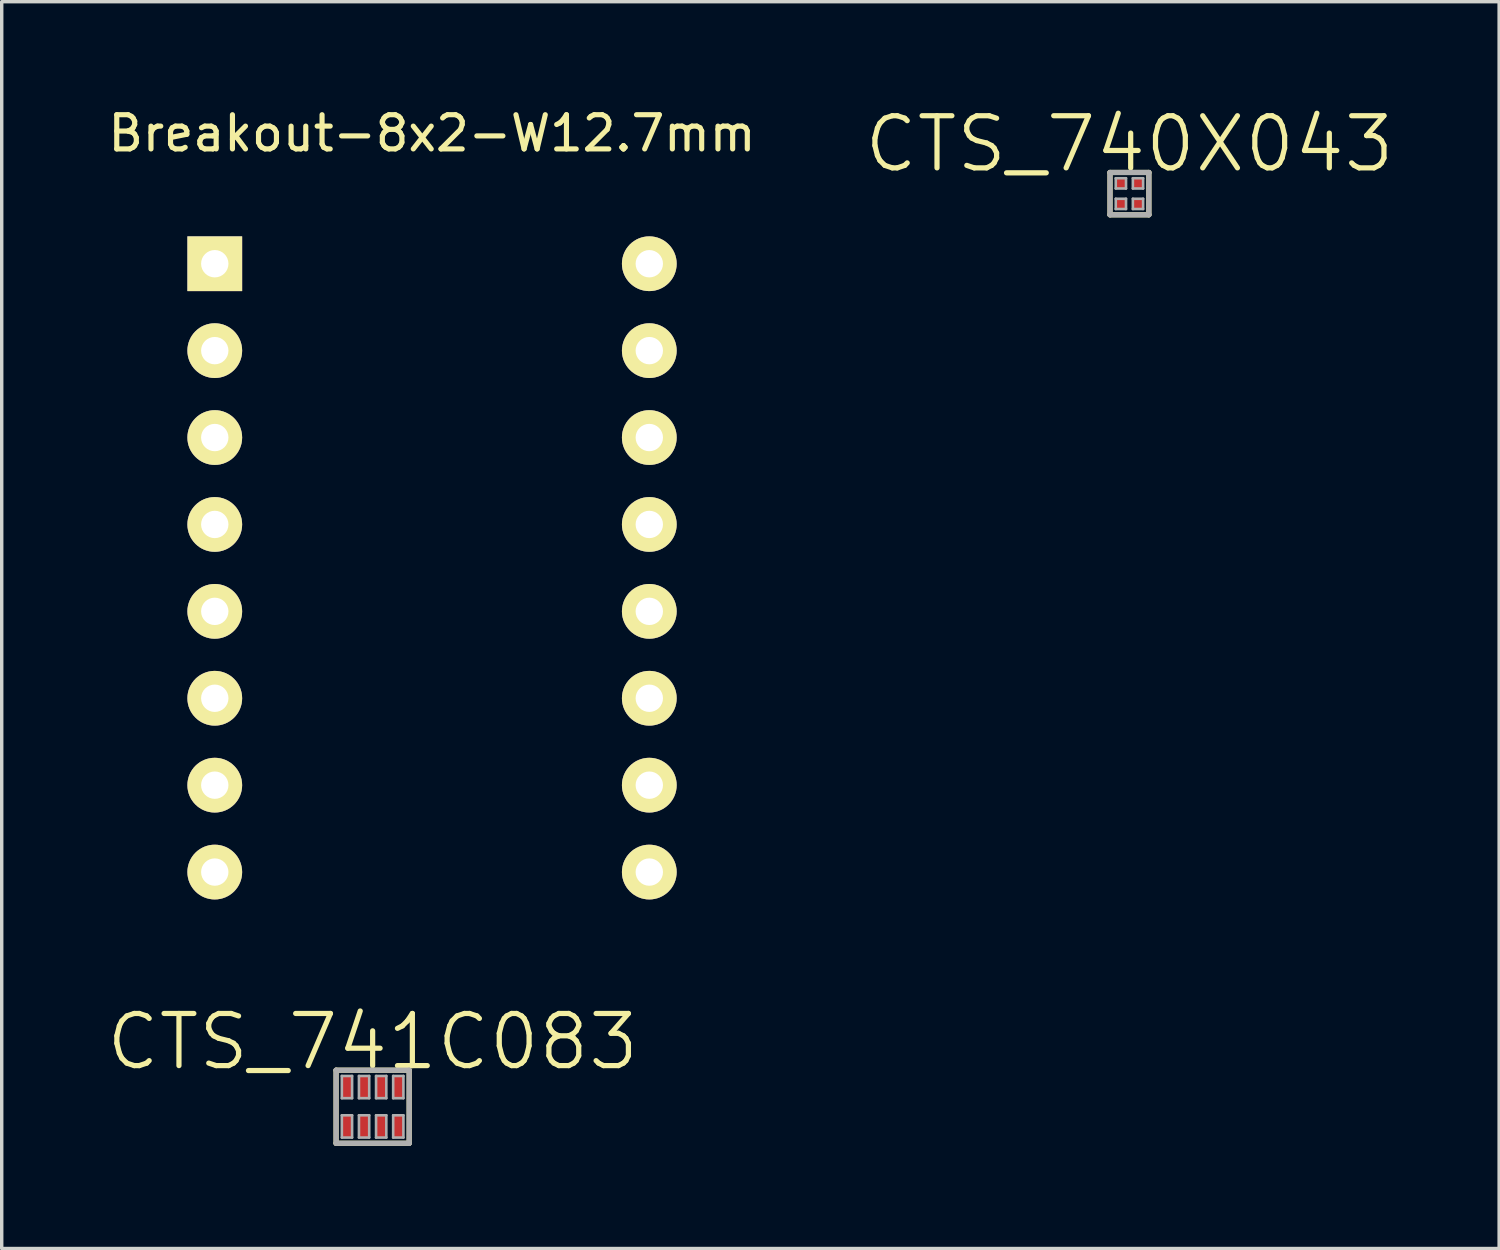
<source format=kicad_pcb>
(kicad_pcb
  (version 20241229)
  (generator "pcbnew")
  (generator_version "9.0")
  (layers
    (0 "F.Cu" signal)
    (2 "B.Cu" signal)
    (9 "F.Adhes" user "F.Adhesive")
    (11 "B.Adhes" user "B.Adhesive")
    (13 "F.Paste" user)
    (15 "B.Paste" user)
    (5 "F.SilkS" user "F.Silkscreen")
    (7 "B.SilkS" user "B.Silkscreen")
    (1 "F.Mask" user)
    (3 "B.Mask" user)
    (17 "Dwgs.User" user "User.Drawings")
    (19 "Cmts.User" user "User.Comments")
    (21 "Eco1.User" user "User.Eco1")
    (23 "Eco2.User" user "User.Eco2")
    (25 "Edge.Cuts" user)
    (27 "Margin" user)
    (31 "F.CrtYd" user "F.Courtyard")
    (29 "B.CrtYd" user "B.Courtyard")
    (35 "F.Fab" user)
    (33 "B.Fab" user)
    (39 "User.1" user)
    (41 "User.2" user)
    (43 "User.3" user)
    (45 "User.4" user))
  (footprint "CTS_741C083"
    (layer "F.Cu")
    (at 7.841 29.297)
    (property "Reference" "CTS_741C083" (at 0 -1.9 0) (layer "F.SilkS") (effects (font (size 1.524 1.524) (thickness 0.152))))
    (attr smd)
    (fp_line (start -1.068 -1.068) (end -1.068 1.068) (stroke (width 0.152) (type solid)) (layer "F.SilkS"))
    (fp_line (start -1.068 -1.068) (end 1.068 -1.068) (stroke (width 0.152) (type solid)) (layer "F.SilkS"))
    (fp_line (start 1.068 1.068) (end -1.068 1.068) (stroke (width 0.152) (type solid)) (layer "F.SilkS"))
    (fp_line (start 1.068 1.068) (end 1.068 -1.068) (stroke (width 0.152) (type solid)) (layer "F.SilkS"))
    (fp_line (start -1.068 -1.068) (end -1.068 1.068) (stroke (width 0.152) (type solid)) (layer "F.Fab"))
    (fp_line (start -1.068 -1.068) (end 1.068 -1.068) (stroke (width 0.152) (type solid)) (layer "F.Fab"))
    (fp_line (start -0.9 -0.9) (end -0.6 -0.9) (stroke (width 0.076) (type solid)) (layer "F.Fab"))
    (fp_line (start -0.9 -0.25) (end -0.9 -0.9) (stroke (width 0.076) (type solid)) (layer "F.Fab"))
    (fp_line (start -0.9 -0.25) (end -0.6 -0.25) (stroke (width 0.076) (type solid)) (layer "F.Fab"))
    (fp_line (start -0.9 0.25) (end -0.6 0.25) (stroke (width 0.076) (type solid)) (layer "F.Fab"))
    (fp_line (start -0.9 0.9) (end -0.9 0.25) (stroke (width 0.076) (type solid)) (layer "F.Fab"))
    (fp_line (start -0.9 0.9) (end -0.6 0.9) (stroke (width 0.076) (type solid)) (layer "F.Fab"))
    (fp_line (start -0.6 -0.25) (end -0.6 -0.9) (stroke (width 0.076) (type solid)) (layer "F.Fab"))
    (fp_line (start -0.6 0.9) (end -0.6 0.25) (stroke (width 0.076) (type solid)) (layer "F.Fab"))
    (fp_line (start -0.4 -0.9) (end -0.1 -0.9) (stroke (width 0.076) (type solid)) (layer "F.Fab"))
    (fp_line (start -0.4 -0.25) (end -0.4 -0.9) (stroke (width 0.076) (type solid)) (layer "F.Fab"))
    (fp_line (start -0.4 -0.25) (end -0.1 -0.25) (stroke (width 0.076) (type solid)) (layer "F.Fab"))
    (fp_line (start -0.4 0.25) (end -0.1 0.25) (stroke (width 0.076) (type solid)) (layer "F.Fab"))
    (fp_line (start -0.4 0.9) (end -0.4 0.25) (stroke (width 0.076) (type solid)) (layer "F.Fab"))
    (fp_line (start -0.4 0.9) (end -0.1 0.9) (stroke (width 0.076) (type solid)) (layer "F.Fab"))
    (fp_line (start -0.1 -0.25) (end -0.1 -0.9) (stroke (width 0.076) (type solid)) (layer "F.Fab"))
    (fp_line (start -0.1 0.9) (end -0.1 0.25) (stroke (width 0.076) (type solid)) (layer "F.Fab"))
    (fp_line (start 0.1 -0.9) (end 0.4 -0.9) (stroke (width 0.076) (type solid)) (layer "F.Fab"))
    (fp_line (start 0.1 -0.25) (end 0.1 -0.9) (stroke (width 0.076) (type solid)) (layer "F.Fab"))
    (fp_line (start 0.1 -0.25) (end 0.4 -0.25) (stroke (width 0.076) (type solid)) (layer "F.Fab"))
    (fp_line (start 0.1 0.25) (end 0.4 0.25) (stroke (width 0.076) (type solid)) (layer "F.Fab"))
    (fp_line (start 0.1 0.9) (end 0.1 0.25) (stroke (width 0.076) (type solid)) (layer "F.Fab"))
    (fp_line (start 0.1 0.9) (end 0.4 0.9) (stroke (width 0.076) (type solid)) (layer "F.Fab"))
    (fp_line (start 0.4 -0.25) (end 0.4 -0.9) (stroke (width 0.076) (type solid)) (layer "F.Fab"))
    (fp_line (start 0.4 0.9) (end 0.4 0.25) (stroke (width 0.076) (type solid)) (layer "F.Fab"))
    (fp_line (start 0.6 -0.9) (end 0.9 -0.9) (stroke (width 0.076) (type solid)) (layer "F.Fab"))
    (fp_line (start 0.6 -0.25) (end 0.6 -0.9) (stroke (width 0.076) (type solid)) (layer "F.Fab"))
    (fp_line (start 0.6 -0.25) (end 0.9 -0.25) (stroke (width 0.076) (type solid)) (layer "F.Fab"))
    (fp_line (start 0.6 0.25) (end 0.9 0.25) (stroke (width 0.076) (type solid)) (layer "F.Fab"))
    (fp_line (start 0.6 0.9) (end 0.6 0.25) (stroke (width 0.076) (type solid)) (layer "F.Fab"))
    (fp_line (start 0.6 0.9) (end 0.9 0.9) (stroke (width 0.076) (type solid)) (layer "F.Fab"))
    (fp_line (start 0.9 -0.25) (end 0.9 -0.9) (stroke (width 0.076) (type solid)) (layer "F.Fab"))
    (fp_line (start 0.9 0.9) (end 0.9 0.25) (stroke (width 0.076) (type solid)) (layer "F.Fab"))
    (fp_line (start 1.068 1.068) (end -1.068 1.068) (stroke (width 0.152) (type solid)) (layer "F.Fab"))
    (fp_line (start 1.068 1.068) (end 1.068 -1.068) (stroke (width 0.152) (type solid)) (layer "F.Fab"))
    (pad "1" smd rect (at -0.75 0.575) (size 0.3 0.65) (layers "F.Cu" "F.Mask" "F.Paste"))
    (pad "2" smd rect (at -0.25 0.575) (size 0.3 0.65) (layers "F.Cu" "F.Mask" "F.Paste"))
    (pad "3" smd rect (at 0.25 0.575) (size 0.3 0.65) (layers "F.Cu" "F.Mask" "F.Paste"))
    (pad "4" smd rect (at 0.75 0.575) (size 0.3 0.65) (layers "F.Cu" "F.Mask" "F.Paste"))
    (pad "5" smd rect (at 0.75 -0.575) (size 0.3 0.65) (layers "F.Cu" "F.Mask" "F.Paste"))
    (pad "6" smd rect (at 0.25 -0.575) (size 0.3 0.65) (layers "F.Cu" "F.Mask" "F.Paste"))
    (pad "7" smd rect (at -0.25 -0.575) (size 0.3 0.65) (layers "F.Cu" "F.Mask" "F.Paste"))
    (pad "8" smd rect (at -0.75 -0.575) (size 0.3 0.65) (layers "F.Cu" "F.Mask" "F.Paste")))
  (footprint "Breakout-8x2-W12.7mm"
    (layer "F.Cu")
    (at 3.227 4.658)
    (property "Reference" "Breakout-8x2-W12.7mm" (at 6.35 -3.81 0) (layer "F.SilkS") (effects (font (size 1 1) (thickness 0.15))))
    (attr through_hole)
    (pad "1" thru_hole rect (at 0 0) (size 1.6 1.6) (drill 0.8) (layers "*.Cu" "*.Mask" "F.SilkS"))
    (pad "2" thru_hole oval (at 0 2.54) (size 1.6 1.6) (drill 0.8) (layers "*.Cu" "*.Mask" "F.SilkS"))
    (pad "3" thru_hole oval (at 0 5.08) (size 1.6 1.6) (drill 0.8) (layers "*.Cu" "*.Mask" "F.SilkS"))
    (pad "4" thru_hole oval (at 0 7.62) (size 1.6 1.6) (drill 0.8) (layers "*.Cu" "*.Mask" "F.SilkS"))
    (pad "5" thru_hole oval (at 0 10.16) (size 1.6 1.6) (drill 0.8) (layers "*.Cu" "*.Mask" "F.SilkS"))
    (pad "6" thru_hole oval (at 0 12.7) (size 1.6 1.6) (drill 0.8) (layers "*.Cu" "*.Mask" "F.SilkS"))
    (pad "7" thru_hole oval (at 0 15.24) (size 1.6 1.6) (drill 0.8) (layers "*.Cu" "*.Mask" "F.SilkS"))
    (pad "8" thru_hole oval (at 0 17.78) (size 1.6 1.6) (drill 0.8) (layers "*.Cu" "*.Mask" "F.SilkS"))
    (pad "9" thru_hole oval (at 12.7 17.78) (size 1.6 1.6) (drill 0.8) (layers "*.Cu" "*.Mask" "F.SilkS"))
    (pad "10" thru_hole oval (at 12.7 15.24) (size 1.6 1.6) (drill 0.8) (layers "*.Cu" "*.Mask" "F.SilkS"))
    (pad "11" thru_hole oval (at 12.7 12.7) (size 1.6 1.6) (drill 0.8) (layers "*.Cu" "*.Mask" "F.SilkS"))
    (pad "12" thru_hole oval (at 12.7 10.16) (size 1.6 1.6) (drill 0.8) (layers "*.Cu" "*.Mask" "F.SilkS"))
    (pad "13" thru_hole oval (at 12.7 7.62) (size 1.6 1.6) (drill 0.8) (layers "*.Cu" "*.Mask" "F.SilkS"))
    (pad "14" thru_hole oval (at 12.7 5.08) (size 1.6 1.6) (drill 0.8) (layers "*.Cu" "*.Mask" "F.SilkS"))
    (pad "15" thru_hole oval (at 12.7 2.54) (size 1.6 1.6) (drill 0.8) (layers "*.Cu" "*.Mask" "F.SilkS"))
    (pad "16" thru_hole oval (at 12.7 0) (size 1.6 1.6) (drill 0.8) (layers "*.Cu" "*.Mask" "F.SilkS")))
  (footprint "CTS_740X043"
    (layer "F.Cu")
    (at 29.96 2.609)
    (property "Reference" "CTS_740X043" (at 0 -1.45 0) (layer "F.SilkS") (effects (font (size 1.524 1.524) (thickness 0.152))))
    (attr smd)
    (fp_line (start -0.568 -0.618) (end -0.568 0.618) (stroke (width 0.152) (type solid)) (layer "F.SilkS"))
    (fp_line (start -0.568 -0.618) (end 0.568 -0.618) (stroke (width 0.152) (type solid)) (layer "F.SilkS"))
    (fp_line (start 0.568 0.618) (end -0.568 0.618) (stroke (width 0.152) (type solid)) (layer "F.SilkS"))
    (fp_line (start 0.568 0.618) (end 0.568 -0.618) (stroke (width 0.152) (type solid)) (layer "F.SilkS"))
    (fp_line (start -0.568 -0.618) (end -0.568 0.618) (stroke (width 0.152) (type solid)) (layer "F.Fab"))
    (fp_line (start -0.568 -0.618) (end 0.568 -0.618) (stroke (width 0.152) (type solid)) (layer "F.Fab"))
    (fp_line (start -0.4 -0.45) (end -0.1 -0.45) (stroke (width 0.076) (type solid)) (layer "F.Fab"))
    (fp_line (start -0.4 -0.15) (end -0.4 -0.45) (stroke (width 0.076) (type solid)) (layer "F.Fab"))
    (fp_line (start -0.4 -0.15) (end -0.1 -0.15) (stroke (width 0.076) (type solid)) (layer "F.Fab"))
    (fp_line (start -0.4 0.15) (end -0.1 0.15) (stroke (width 0.076) (type solid)) (layer "F.Fab"))
    (fp_line (start -0.4 0.45) (end -0.4 0.15) (stroke (width 0.076) (type solid)) (layer "F.Fab"))
    (fp_line (start -0.4 0.45) (end -0.1 0.45) (stroke (width 0.076) (type solid)) (layer "F.Fab"))
    (fp_line (start -0.1 -0.15) (end -0.1 -0.45) (stroke (width 0.076) (type solid)) (layer "F.Fab"))
    (fp_line (start -0.1 0.45) (end -0.1 0.15) (stroke (width 0.076) (type solid)) (layer "F.Fab"))
    (fp_line (start 0.1 -0.45) (end 0.4 -0.45) (stroke (width 0.076) (type solid)) (layer "F.Fab"))
    (fp_line (start 0.1 -0.15) (end 0.1 -0.45) (stroke (width 0.076) (type solid)) (layer "F.Fab"))
    (fp_line (start 0.1 -0.15) (end 0.4 -0.15) (stroke (width 0.076) (type solid)) (layer "F.Fab"))
    (fp_line (start 0.1 0.15) (end 0.4 0.15) (stroke (width 0.076) (type solid)) (layer "F.Fab"))
    (fp_line (start 0.1 0.45) (end 0.1 0.15) (stroke (width 0.076) (type solid)) (layer "F.Fab"))
    (fp_line (start 0.1 0.45) (end 0.4 0.45) (stroke (width 0.076) (type solid)) (layer "F.Fab"))
    (fp_line (start 0.4 -0.15) (end 0.4 -0.45) (stroke (width 0.076) (type solid)) (layer "F.Fab"))
    (fp_line (start 0.4 0.45) (end 0.4 0.15) (stroke (width 0.076) (type solid)) (layer "F.Fab"))
    (fp_line (start 0.568 0.618) (end -0.568 0.618) (stroke (width 0.152) (type solid)) (layer "F.Fab"))
    (fp_line (start 0.568 0.618) (end 0.568 -0.618) (stroke (width 0.152) (type solid)) (layer "F.Fab"))
    (pad "1" smd rect (at -0.25 0.3) (size 0.3 0.3) (layers "F.Cu" "F.Mask" "F.Paste"))
    (pad "2" smd rect (at 0.25 0.3) (size 0.3 0.3) (layers "F.Cu" "F.Mask" "F.Paste"))
    (pad "3" smd rect (at 0.25 -0.3) (size 0.3 0.3) (layers "F.Cu" "F.Mask" "F.Paste"))
    (pad "4" smd rect (at -0.25 -0.3) (size 0.3 0.3) (layers "F.Cu" "F.Mask" "F.Paste")))
  (gr_rect
    (start -3 -3)
    (end 40.765 33.441)
    (stroke (width 0.1) (type default))
    (fill no)
    (layer "Edge.Cuts")))
</source>
